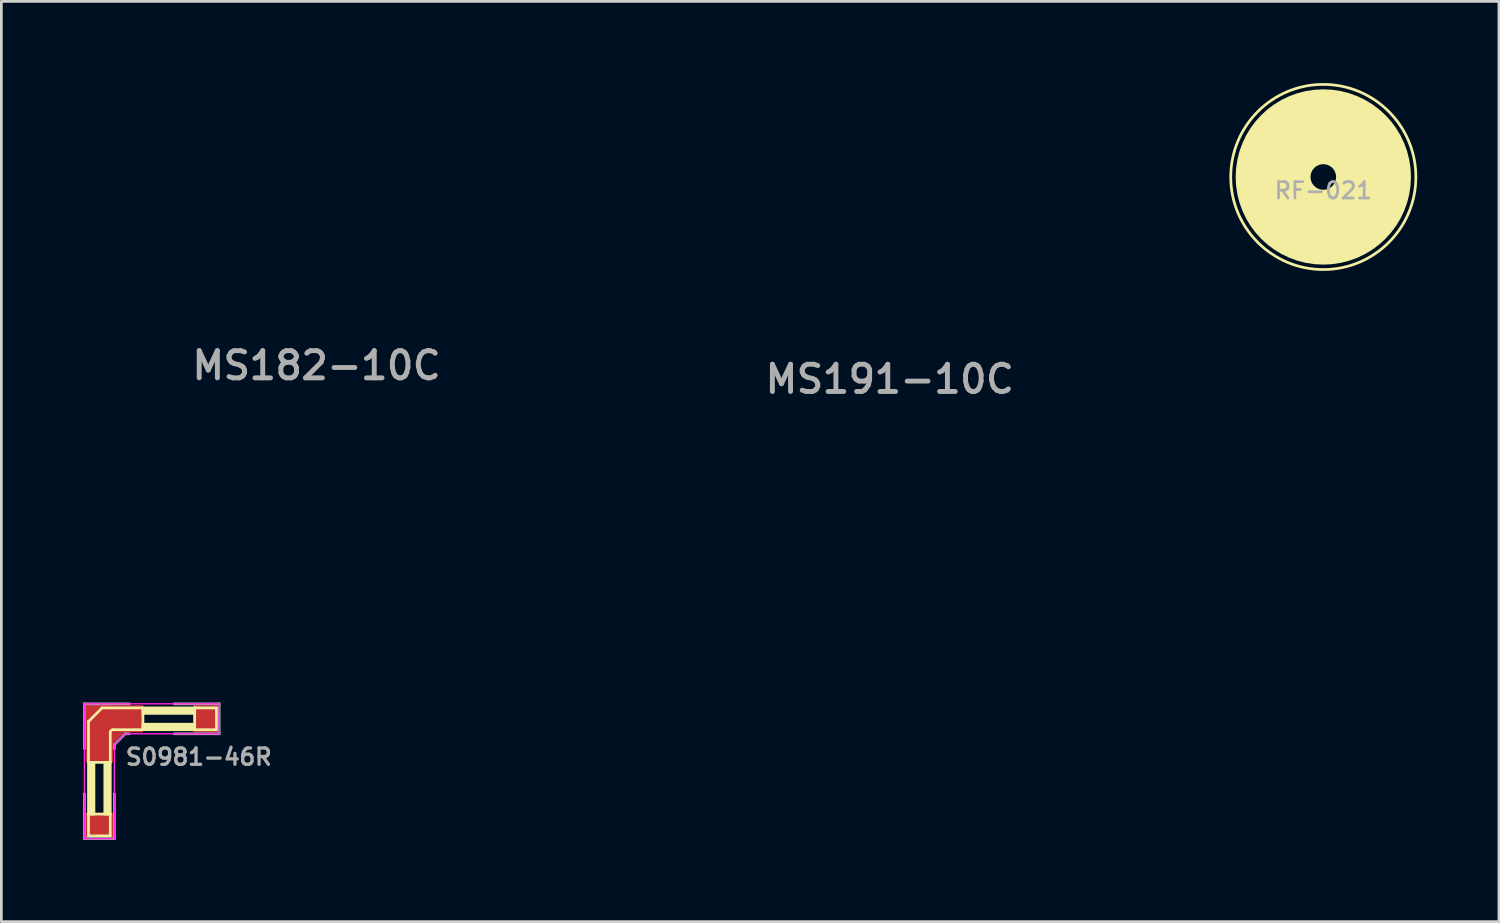
<source format=kicad_pcb>
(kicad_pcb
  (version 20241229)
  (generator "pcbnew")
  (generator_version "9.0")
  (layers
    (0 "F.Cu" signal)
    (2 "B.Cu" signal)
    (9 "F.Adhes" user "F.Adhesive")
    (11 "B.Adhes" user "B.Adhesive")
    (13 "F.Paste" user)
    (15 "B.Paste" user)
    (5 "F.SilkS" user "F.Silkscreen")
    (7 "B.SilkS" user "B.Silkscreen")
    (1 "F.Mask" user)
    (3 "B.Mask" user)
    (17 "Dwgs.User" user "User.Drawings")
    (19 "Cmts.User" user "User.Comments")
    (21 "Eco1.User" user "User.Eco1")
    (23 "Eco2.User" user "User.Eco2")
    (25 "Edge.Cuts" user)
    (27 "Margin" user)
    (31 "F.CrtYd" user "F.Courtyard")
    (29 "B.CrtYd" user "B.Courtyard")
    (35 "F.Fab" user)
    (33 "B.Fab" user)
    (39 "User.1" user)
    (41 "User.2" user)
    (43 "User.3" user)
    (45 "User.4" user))
  (footprint "S0981-46R"
    (layer "F.Cu")
    (at 0.6 23.35)
    (property "Reference" "S0981-46R" (at 0.9 1.4 180) (layer "F.Fab") (effects (font (size 0.6 0.6) (thickness 0.12)) (justify left)))
    (attr through_hole)
    (fp_line (start -0.4 0.1) (end 0.1 -0.4) (stroke (width 0.1) (type default)) (layer "F.SilkS"))
    (fp_line (start -0.4 1.6) (end -0.4 0.1) (stroke (width 0.1) (type default)) (layer "F.SilkS"))
    (fp_line (start -0.4 3.5) (end -0.4 4.3) (stroke (width 0.1) (type default)) (layer "F.SilkS"))
    (fp_line (start -0.4 3.5) (end 0.4 3.5) (stroke (width 0.1) (type default)) (layer "F.SilkS"))
    (fp_line (start -0.4 4.3) (end 0.4 4.3) (stroke (width 0.1) (type default)) (layer "F.SilkS"))
    (fp_line (start 0.4 1.6) (end -0.4 1.6) (stroke (width 0.1) (type default)) (layer "F.SilkS"))
    (fp_line (start 0.4 1.6) (end 0.4 0.5) (stroke (width 0.1) (type default)) (layer "F.SilkS"))
    (fp_line (start 0.4 4.3) (end 0.4 3.5) (stroke (width 0.1) (type default)) (layer "F.SilkS"))
    (fp_line (start 1.6 -0.4) (end 0.1 -0.4) (stroke (width 0.1) (type default)) (layer "F.SilkS"))
    (fp_line (start 1.6 -0.4) (end 1.6 0.4) (stroke (width 0.1) (type default)) (layer "F.SilkS"))
    (fp_line (start 1.6 0.4) (end 0.5 0.4) (stroke (width 0.1) (type default)) (layer "F.SilkS"))
    (fp_line (start 3.5 -0.4) (end 3.5 0.4) (stroke (width 0.1) (type default)) (layer "F.SilkS"))
    (fp_line (start 3.5 -0.4) (end 4.3 -0.4) (stroke (width 0.1) (type default)) (layer "F.SilkS"))
    (fp_line (start 3.5 0.4) (end 4.3 0.4) (stroke (width 0.1) (type default)) (layer "F.SilkS"))
    (fp_line (start 4.3 -0.4) (end 4.3 0.4) (stroke (width 0.1) (type default)) (layer "F.SilkS"))
    (fp_rect (start -0.4 1.6) (end -0.2 3.5) (stroke (width 0.1) (type solid)) (fill yes) (layer "F.SilkS"))
    (fp_rect (start 0.2 1.6) (end 0.4 3.5) (stroke (width 0.1) (type solid)) (fill yes) (layer "F.SilkS"))
    (fp_rect (start 1.6 -0.4) (end 3.5 -0.2) (stroke (width 0.1) (type solid)) (fill yes) (layer "F.SilkS"))
    (fp_rect (start 1.6 0.2) (end 3.5 0.4) (stroke (width 0.1) (type solid)) (fill yes) (layer "F.SilkS"))
    (fp_arc (start 0.4 0.5) (mid 0.429289 0.429289) (end 0.5 0.4) (stroke (width 0.1) (type default)) (layer "F.SilkS"))
    (fp_line (start -0.55 -0.55) (end -0.55 4.4) (stroke (width 0.05) (type solid)) (layer "F.CrtYd"))
    (fp_line (start -0.55 4.4) (end 0.55 4.4) (stroke (width 0.05) (type solid)) (layer "F.CrtYd"))
    (fp_line (start 0.55 0.95) (end 0.55 4.4) (stroke (width 0.05) (type solid)) (layer "F.CrtYd"))
    (fp_line (start 0.55 0.95) (end 0.95 0.55) (stroke (width 0.05) (type solid)) (layer "F.CrtYd"))
    (fp_line (start 4.4 -0.55) (end -0.55 -0.55) (stroke (width 0.05) (type solid)) (layer "F.CrtYd"))
    (fp_line (start 4.4 -0.55) (end 4.4 0.55) (stroke (width 0.05) (type solid)) (layer "F.CrtYd"))
    (fp_line (start 4.4 0.55) (end 0.95 0.55) (stroke (width 0.05) (type solid)) (layer "F.CrtYd"))
    (fp_line (start -0.55 -0.55) (end -0.55 1.1) (stroke (width 0.1) (type solid)) (layer "F.Fab"))
    (fp_line (start -0.55 -0.55) (end 1.1 -0.55) (stroke (width 0.1) (type solid)) (layer "F.Fab"))
    (fp_line (start -0.55 2.75) (end -0.55 4.4) (stroke (width 0.1) (type solid)) (layer "F.Fab"))
    (fp_line (start 0.55 1.1) (end 0.55 0.95) (stroke (width 0.1) (type solid)) (layer "F.Fab"))
    (fp_line (start 0.55 2.75) (end 0.55 4.4) (stroke (width 0.1) (type solid)) (layer "F.Fab"))
    (fp_line (start 0.55 4.4) (end -0.55 4.4) (stroke (width 0.1) (type solid)) (layer "F.Fab"))
    (fp_line (start 0.95 0.55) (end 0.55 0.95) (stroke (width 0.1) (type solid)) (layer "F.Fab"))
    (fp_line (start 1.1 0.55) (end 0.95 0.55) (stroke (width 0.1) (type solid)) (layer "F.Fab"))
    (fp_line (start 2.75 -0.55) (end 4.4 -0.55) (stroke (width 0.1) (type solid)) (layer "F.Fab"))
    (fp_line (start 2.75 0.55) (end 4.4 0.55) (stroke (width 0.1) (type solid)) (layer "F.Fab"))
    (fp_line (start 4.4 -0.55) (end 4.4 0.55) (stroke (width 0.1) (type solid)) (layer "F.Fab"))
    (pad "1" smd rect (at 0 0.55 90) (size 2.1 1) (layers "F.Cu" "F.Mask" "F.Paste"))
    (pad "1" smd rect (at 0 3.9 90) (size 0.9 1) (layers "F.Cu" "F.Mask" "F.Paste"))
    (pad "1" smd rect (at 0.55 0 180) (size 2.1 1) (layers "F.Cu" "F.Mask" "F.Paste"))
    (pad "1" smd trapezoid (at 0.6 0.6 45) (size 0.3 0.3) (rect_delta 0 0.3) (layers "F.Cu" "F.Mask" "F.Paste"))
    (pad "1" smd rect (at 3.9 0 180) (size 0.9 1) (layers "F.Cu" "F.Mask" "F.Paste")))
  (footprint "RF-021"
    (layer "F.Cu")
    (at 45.553 3.45)
    (property "Reference" "RF-021" (at 0 0.5 180) (layer "F.Fab") (effects (font (size 0.6 0.6) (thickness 0.1))))
    (attr smd)
    (fp_circle (center 0 0) (end 1.844 0) (stroke (width 2.75) (type solid)) (fill no) (layer "F.SilkS"))
    (fp_circle (center 0 0) (end 3.4 0) (stroke (width 0.1) (type solid)) (fill no) (layer "F.SilkS")))
  (footprint "MS182-10C"
    (layer "F.Cu")
    (at 8.576 9.375)
    (property "Reference" "MS182-10C" (at 0 1 180) (layer "F.Fab") (effects (font (size 1 1) (thickness 0.18) (bold yes))))
    (attr smd)
    (fp_line (start -8.5 7.6) (end -8.5 -7.7) (stroke (width 0.15) (type solid)) (layer "Eco1.User"))
    (fp_line (start -6.8 -9.3) (end 6.8 -9.3) (stroke (width 0.15) (type solid)) (layer "Eco1.User"))
    (fp_line (start 6.869 9.301) (end -6.869 9.301) (stroke (width 0.15) (type solid)) (layer "Eco1.User"))
    (fp_line (start 8.5 -7.6) (end 8.5 7.6) (stroke (width 0.15) (type solid)) (layer "Eco1.User"))
    (fp_arc (start -8.499999 -7.7) (mid -7.986513 -8.857195) (end -6.800048 -9.29886) (stroke (width 0.15) (type solid)) (layer "Eco1.User"))
    (fp_arc (start -6.86863 9.301441) (mid -8.047216 8.798677) (end -8.499999 7.600002) (stroke (width 0.15) (type solid)) (layer "Eco1.User"))
    (fp_arc (start 6.8 -9.3) (mid 8.002081 -8.802082) (end 8.5 -7.600001) (stroke (width 0.15) (type solid)) (layer "Eco1.User"))
    (fp_arc (start 8.499999 7.6) (mid 8.047217 8.798678) (end 6.86863 9.301443) (stroke (width 0.15) (type solid)) (layer "Eco1.User")))
  (footprint "MS191-10C"
    (layer "F.Cu")
    (at 29.628 9.875)
    (property "Reference" "MS191-10C" (at 0 1 180) (layer "F.Fab") (effects (font (size 1 1) (thickness 0.18) (bold yes))))
    (attr smd)
    (fp_line (start -9.4 -8) (end -9.4 8) (stroke (width 0.15) (type solid)) (layer "Eco1.User"))
    (fp_line (start -7.6 -9.8) (end 7.6 -9.8) (stroke (width 0.15) (type solid)) (layer "Eco1.User"))
    (fp_line (start -7.6 9.8) (end 7.6 9.8) (stroke (width 0.15) (type solid)) (layer "Eco1.User"))
    (fp_line (start 9.4 -8) (end 9.4 8) (stroke (width 0.15) (type solid)) (layer "Eco1.User"))
    (fp_arc (start -9.4 -8) (mid -8.872792 -9.272792) (end -7.6 -9.8) (stroke (width 0.15) (type solid)) (layer "Eco1.User"))
    (fp_arc (start -7.6 9.8) (mid -8.872792 9.272792) (end -9.4 8) (stroke (width 0.15) (type solid)) (layer "Eco1.User"))
    (fp_arc (start 7.6 -9.8) (mid 8.872792 -9.272792) (end 9.4 -8) (stroke (width 0.15) (type solid)) (layer "Eco1.User"))
    (fp_arc (start 9.4 8) (mid 8.872792 9.272792) (end 7.6 9.8) (stroke (width 0.15) (type solid)) (layer "Eco1.User")))
  (gr_rect
    (start -3 -3)
    (end 52.003 30.8)
    (stroke (width 0.1) (type default))
    (fill no)
    (layer "Edge.Cuts")))
</source>
